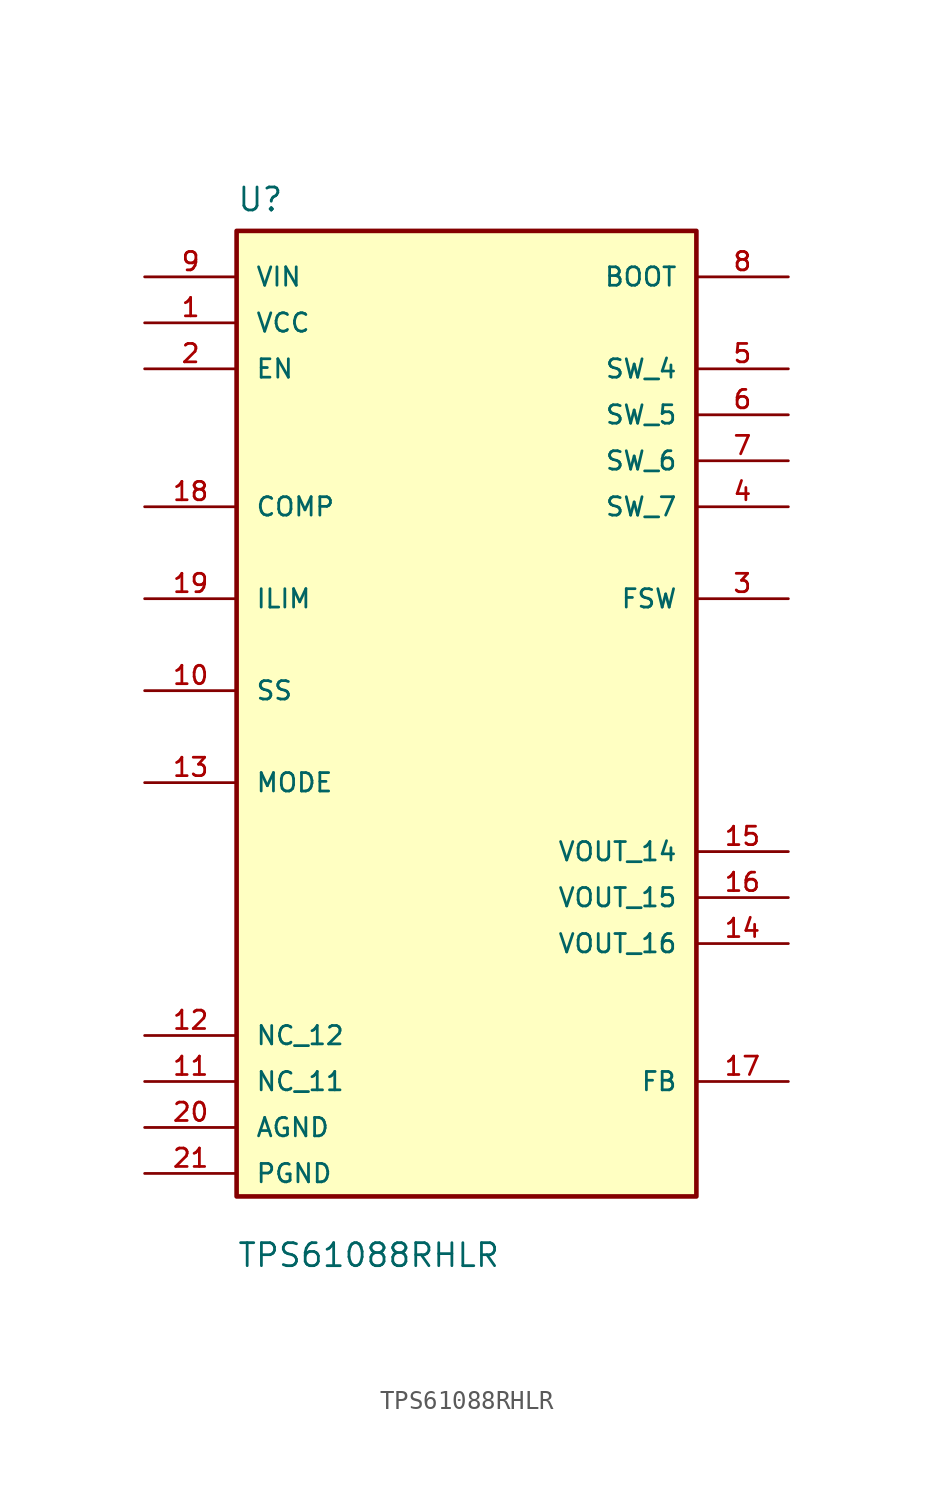
<source format=kicad_sym>
(kicad_symbol_lib
  (version 20211014)
  (generator kicad_symbol_editor)
  (symbol "TPS61088RHLR"
    (pin_names
      (offset 1.016))
    (property "Reference" "U"
      (at -12.7 26.391 0)
      (effects (font (size 1.27 1.27)) (justify left bottom)))
    (property "Value" "TPS61088RHLR"
      (at -12.7 -31.928 0)
      (effects (font (size 1.27 1.27)) (justify left bottom)))
    (property "ki_locked" ""
      (at 0 0 0)
      (effects (font (size 1.27 1.27))))
    (symbol "TPS61088RHLR_0_0"
      (rectangle (start -12.7 -27.94) (end 12.7 25.4) (stroke (width 0.254) (type default) (color 0 0 0 0)) (fill (type background)))
      (pin output line (at -17.78 20.32 0) (length 5.08) (name "VCC" (effects (font (size 1.016 1.016)))) (number "1" (effects (font (size 1.016 1.016)))))
      (pin passive line (at -17.78 0 0) (length 5.08) (name "SS" (effects (font (size 1.016 1.016)))) (number "10" (effects (font (size 1.016 1.016)))))
      (pin passive line (at -17.78 -21.59 0) (length 5.08) (name "NC_11" (effects (font (size 1.016 1.016)))) (number "11" (effects (font (size 1.016 1.016)))))
      (pin passive line (at -17.78 -19.05 0) (length 5.08) (name "NC_12" (effects (font (size 1.016 1.016)))) (number "12" (effects (font (size 1.016 1.016)))))
      (pin passive line (at -17.78 -5.08 0) (length 5.08) (name "MODE" (effects (font (size 1.016 1.016)))) (number "13" (effects (font (size 1.016 1.016)))))
      (pin passive line (at 17.78 -13.97 180) (length 5.08) (name "VOUT_16" (effects (font (size 1.016 1.016)))) (number "14" (effects (font (size 1.016 1.016)))))
      (pin passive line (at 17.78 -8.89 180) (length 5.08) (name "VOUT_14" (effects (font (size 1.016 1.016)))) (number "15" (effects (font (size 1.016 1.016)))))
      (pin passive line (at 17.78 -11.43 180) (length 5.08) (name "VOUT_15" (effects (font (size 1.016 1.016)))) (number "16" (effects (font (size 1.016 1.016)))))
      (pin input line (at 17.78 -21.59 180) (length 5.08) (name "FB" (effects (font (size 1.016 1.016)))) (number "17" (effects (font (size 1.016 1.016)))))
      (pin output line (at -17.78 10.16 0) (length 5.08) (name "COMP" (effects (font (size 1.016 1.016)))) (number "18" (effects (font (size 1.016 1.016)))))
      (pin passive line (at -17.78 5.08 0) (length 5.08) (name "ILIM" (effects (font (size 1.016 1.016)))) (number "19" (effects (font (size 1.016 1.016)))))
      (pin input line (at -17.78 17.78 0) (length 5.08) (name "EN" (effects (font (size 1.016 1.016)))) (number "2" (effects (font (size 1.016 1.016)))))
      (pin passive line (at -17.78 -24.13 0) (length 5.08) (name "AGND" (effects (font (size 1.016 1.016)))) (number "20" (effects (font (size 1.016 1.016)))))
      (pin passive line (at -17.78 -26.67 0) (length 5.08) (name "PGND" (effects (font (size 1.016 1.016)))) (number "21" (effects (font (size 1.016 1.016)))))
      (pin input line (at 17.78 5.08 180) (length 5.08) (name "FSW" (effects (font (size 1.016 1.016)))) (number "3" (effects (font (size 1.016 1.016)))))
      (pin input line (at 17.78 10.16 180) (length 5.08) (name "SW_7" (effects (font (size 1.016 1.016)))) (number "4" (effects (font (size 1.016 1.016)))))
      (pin input line (at 17.78 17.78 180) (length 5.08) (name "SW_4" (effects (font (size 1.016 1.016)))) (number "5" (effects (font (size 1.016 1.016)))))
      (pin input line (at 17.78 15.24 180) (length 5.08) (name "SW_5" (effects (font (size 1.016 1.016)))) (number "6" (effects (font (size 1.016 1.016)))))
      (pin input line (at 17.78 12.7 180) (length 5.08) (name "SW_6" (effects (font (size 1.016 1.016)))) (number "7" (effects (font (size 1.016 1.016)))))
      (pin output line (at 17.78 22.86 180) (length 5.08) (name "BOOT" (effects (font (size 1.016 1.016)))) (number "8" (effects (font (size 1.016 1.016)))))
      (pin input line (at -17.78 22.86 0) (length 5.08) (name "VIN" (effects (font (size 1.016 1.016)))) (number "9" (effects (font (size 1.016 1.016))))))))
</source>
